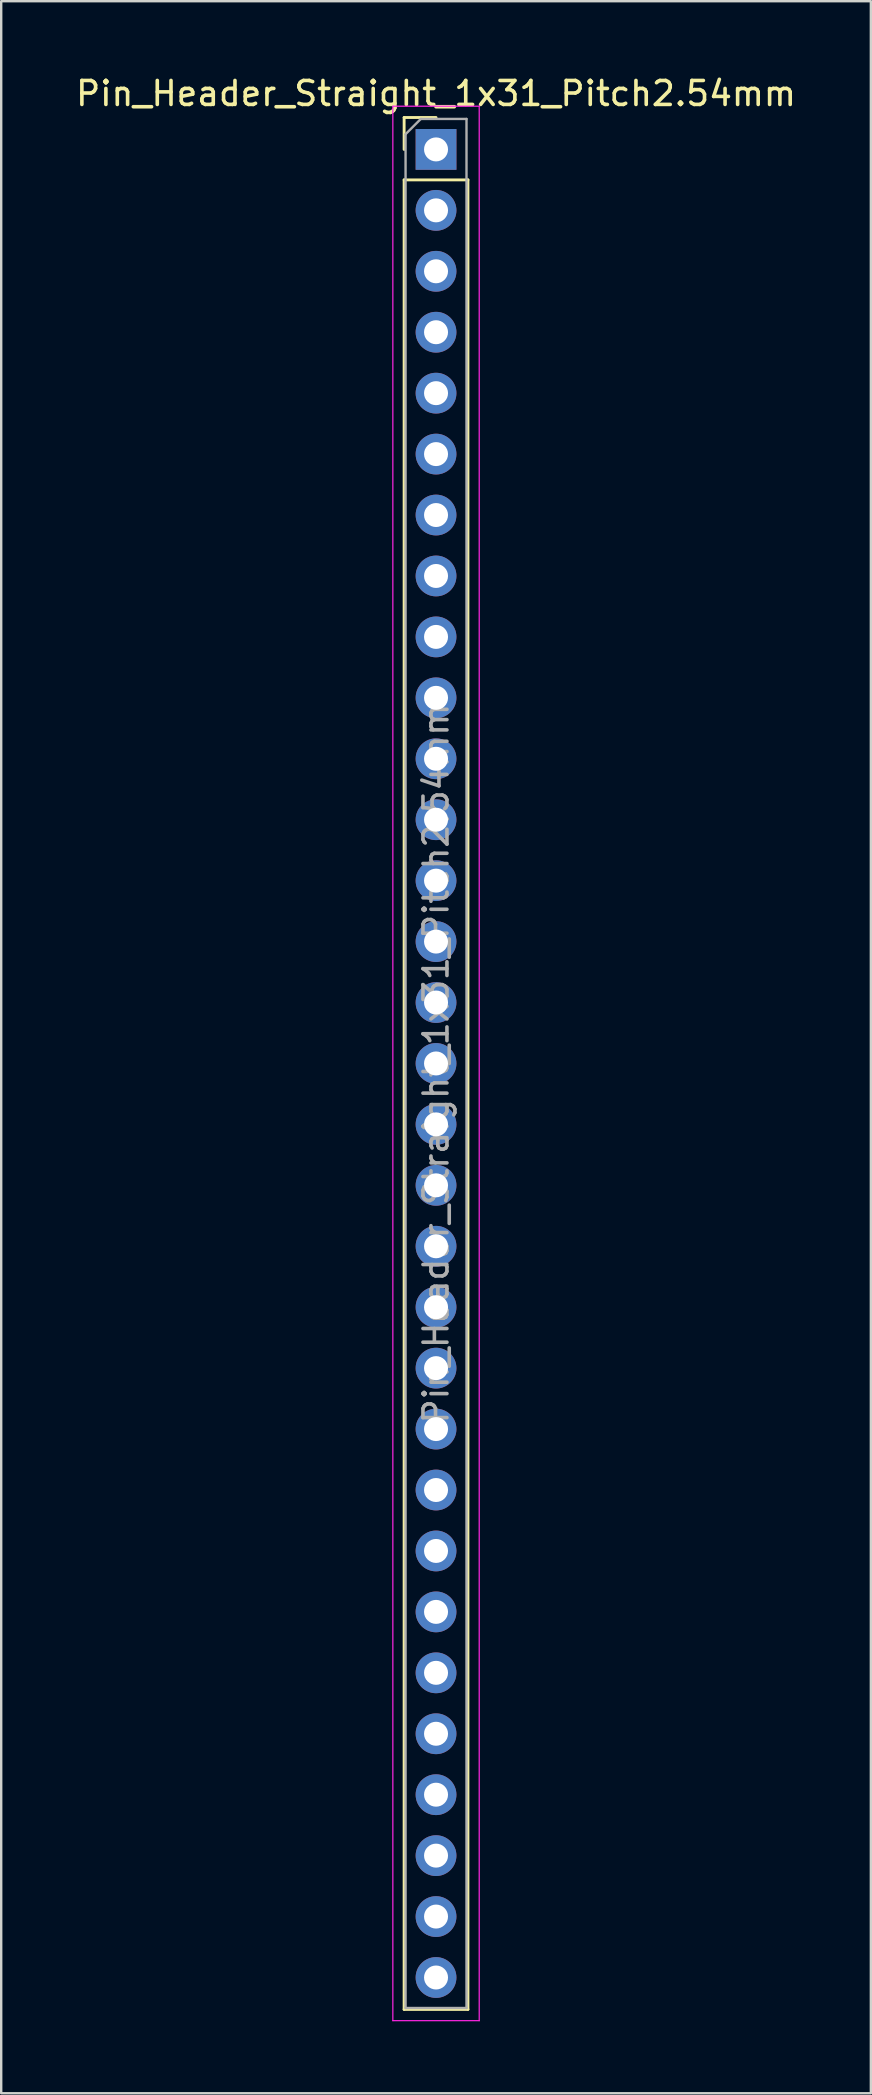
<source format=kicad_pcb>
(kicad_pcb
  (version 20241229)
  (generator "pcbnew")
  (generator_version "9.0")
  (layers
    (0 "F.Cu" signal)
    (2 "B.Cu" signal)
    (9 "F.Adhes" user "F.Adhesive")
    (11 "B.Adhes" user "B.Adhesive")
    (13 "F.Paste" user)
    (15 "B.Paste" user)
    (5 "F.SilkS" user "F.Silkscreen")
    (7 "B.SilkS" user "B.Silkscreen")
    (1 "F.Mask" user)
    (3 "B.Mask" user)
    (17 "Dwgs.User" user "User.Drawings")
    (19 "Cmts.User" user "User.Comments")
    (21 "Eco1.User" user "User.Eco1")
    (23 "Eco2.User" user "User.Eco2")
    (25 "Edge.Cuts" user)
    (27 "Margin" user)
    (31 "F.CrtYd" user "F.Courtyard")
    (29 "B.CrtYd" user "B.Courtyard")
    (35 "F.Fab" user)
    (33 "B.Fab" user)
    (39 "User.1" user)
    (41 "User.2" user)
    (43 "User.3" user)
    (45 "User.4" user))
  (footprint "Pin_Header_Straight_1x31_Pitch2.54mm"
    (layer "F.Cu")
    (at 15.125 3.178)
    (property "Reference" "Pin_Header_Straight_1x31_Pitch2.54mm" (at 0 -2.33 0) (layer "F.SilkS") (effects (font (size 1 1) (thickness 0.15))))
    (attr through_hole)
    (fp_line (start -1.33 -1.33) (end 0 -1.33) (stroke (width 0.12) (type solid)) (layer "F.SilkS"))
    (fp_line (start -1.33 0) (end -1.33 -1.33) (stroke (width 0.12) (type solid)) (layer "F.SilkS"))
    (fp_line (start -1.33 1.27) (end -1.33 77.53) (stroke (width 0.12) (type solid)) (layer "F.SilkS"))
    (fp_line (start -1.33 77.53) (end 1.33 77.53) (stroke (width 0.12) (type solid)) (layer "F.SilkS"))
    (fp_line (start 1.33 1.27) (end -1.33 1.27) (stroke (width 0.12) (type solid)) (layer "F.SilkS"))
    (fp_line (start 1.33 77.53) (end 1.33 1.27) (stroke (width 0.12) (type solid)) (layer "F.SilkS"))
    (fp_line (start -1.8 -1.8) (end -1.8 78) (stroke (width 0.05) (type solid)) (layer "F.CrtYd"))
    (fp_line (start -1.8 78) (end 1.8 78) (stroke (width 0.05) (type solid)) (layer "F.CrtYd"))
    (fp_line (start 1.8 -1.8) (end -1.8 -1.8) (stroke (width 0.05) (type solid)) (layer "F.CrtYd"))
    (fp_line (start 1.8 78) (end 1.8 -1.8) (stroke (width 0.05) (type solid)) (layer "F.CrtYd"))
    (fp_line (start -1.27 -0.635) (end -0.635 -1.27) (stroke (width 0.1) (type solid)) (layer "F.Fab"))
    (fp_line (start -1.27 77.47) (end -1.27 -0.635) (stroke (width 0.1) (type solid)) (layer "F.Fab"))
    (fp_line (start -0.635 -1.27) (end 1.27 -1.27) (stroke (width 0.1) (type solid)) (layer "F.Fab"))
    (fp_line (start 1.27 -1.27) (end 1.27 77.47) (stroke (width 0.1) (type solid)) (layer "F.Fab"))
    (fp_line (start 1.27 77.47) (end -1.27 77.47) (stroke (width 0.1) (type solid)) (layer "F.Fab"))
    (fp_text user "${REFERENCE}" (at 0 38.1 90) (layer "F.Fab") (effects (font (size 1 1) (thickness 0.15))))
    (pad "1" thru_hole rect (at 0 0) (size 1.7 1.7) (drill 1) (layers "*.Cu" "*.Mask"))
    (pad "2" thru_hole oval (at 0 2.54) (size 1.7 1.7) (drill 1) (layers "*.Cu" "*.Mask"))
    (pad "3" thru_hole oval (at 0 5.08) (size 1.7 1.7) (drill 1) (layers "*.Cu" "*.Mask"))
    (pad "4" thru_hole oval (at 0 7.62) (size 1.7 1.7) (drill 1) (layers "*.Cu" "*.Mask"))
    (pad "5" thru_hole oval (at 0 10.16) (size 1.7 1.7) (drill 1) (layers "*.Cu" "*.Mask"))
    (pad "6" thru_hole oval (at 0 12.7) (size 1.7 1.7) (drill 1) (layers "*.Cu" "*.Mask"))
    (pad "7" thru_hole oval (at 0 15.24) (size 1.7 1.7) (drill 1) (layers "*.Cu" "*.Mask"))
    (pad "8" thru_hole oval (at 0 17.78) (size 1.7 1.7) (drill 1) (layers "*.Cu" "*.Mask"))
    (pad "9" thru_hole oval (at 0 20.32) (size 1.7 1.7) (drill 1) (layers "*.Cu" "*.Mask"))
    (pad "10" thru_hole oval (at 0 22.86) (size 1.7 1.7) (drill 1) (layers "*.Cu" "*.Mask"))
    (pad "11" thru_hole oval (at 0 25.4) (size 1.7 1.7) (drill 1) (layers "*.Cu" "*.Mask"))
    (pad "12" thru_hole oval (at 0 27.94) (size 1.7 1.7) (drill 1) (layers "*.Cu" "*.Mask"))
    (pad "13" thru_hole oval (at 0 30.48) (size 1.7 1.7) (drill 1) (layers "*.Cu" "*.Mask"))
    (pad "14" thru_hole oval (at 0 33.02) (size 1.7 1.7) (drill 1) (layers "*.Cu" "*.Mask"))
    (pad "15" thru_hole oval (at 0 35.56) (size 1.7 1.7) (drill 1) (layers "*.Cu" "*.Mask"))
    (pad "16" thru_hole oval (at 0 38.1) (size 1.7 1.7) (drill 1) (layers "*.Cu" "*.Mask"))
    (pad "17" thru_hole oval (at 0 40.64) (size 1.7 1.7) (drill 1) (layers "*.Cu" "*.Mask"))
    (pad "18" thru_hole oval (at 0 43.18) (size 1.7 1.7) (drill 1) (layers "*.Cu" "*.Mask"))
    (pad "19" thru_hole oval (at 0 45.72) (size 1.7 1.7) (drill 1) (layers "*.Cu" "*.Mask"))
    (pad "20" thru_hole oval (at 0 48.26) (size 1.7 1.7) (drill 1) (layers "*.Cu" "*.Mask"))
    (pad "21" thru_hole oval (at 0 50.8) (size 1.7 1.7) (drill 1) (layers "*.Cu" "*.Mask"))
    (pad "22" thru_hole oval (at 0 53.34) (size 1.7 1.7) (drill 1) (layers "*.Cu" "*.Mask"))
    (pad "23" thru_hole oval (at 0 55.88) (size 1.7 1.7) (drill 1) (layers "*.Cu" "*.Mask"))
    (pad "24" thru_hole oval (at 0 58.42) (size 1.7 1.7) (drill 1) (layers "*.Cu" "*.Mask"))
    (pad "25" thru_hole oval (at 0 60.96) (size 1.7 1.7) (drill 1) (layers "*.Cu" "*.Mask"))
    (pad "26" thru_hole oval (at 0 63.5) (size 1.7 1.7) (drill 1) (layers "*.Cu" "*.Mask"))
    (pad "27" thru_hole oval (at 0 66.04) (size 1.7 1.7) (drill 1) (layers "*.Cu" "*.Mask"))
    (pad "28" thru_hole oval (at 0 68.58) (size 1.7 1.7) (drill 1) (layers "*.Cu" "*.Mask"))
    (pad "29" thru_hole oval (at 0 71.12) (size 1.7 1.7) (drill 1) (layers "*.Cu" "*.Mask"))
    (pad "30" thru_hole oval (at 0 73.66) (size 1.7 1.7) (drill 1) (layers "*.Cu" "*.Mask"))
    (pad "31" thru_hole oval (at 0 76.2) (size 1.7 1.7) (drill 1) (layers "*.Cu" "*.Mask")))
  (gr_rect
    (start -3 -3)
    (end 33.25 84.203)
    (stroke (width 0.1) (type default))
    (fill no)
    (layer "Edge.Cuts")))
</source>
